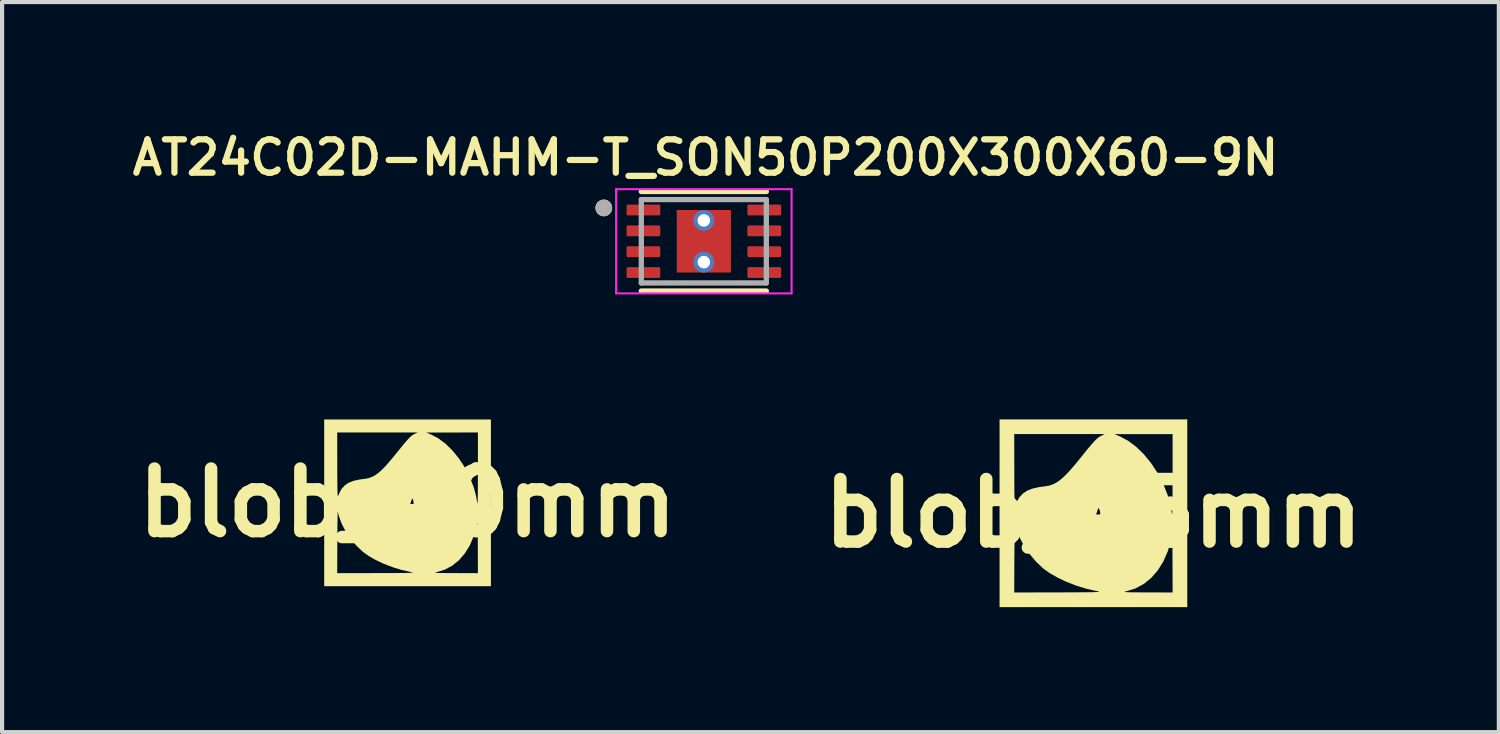
<source format=kicad_pcb>
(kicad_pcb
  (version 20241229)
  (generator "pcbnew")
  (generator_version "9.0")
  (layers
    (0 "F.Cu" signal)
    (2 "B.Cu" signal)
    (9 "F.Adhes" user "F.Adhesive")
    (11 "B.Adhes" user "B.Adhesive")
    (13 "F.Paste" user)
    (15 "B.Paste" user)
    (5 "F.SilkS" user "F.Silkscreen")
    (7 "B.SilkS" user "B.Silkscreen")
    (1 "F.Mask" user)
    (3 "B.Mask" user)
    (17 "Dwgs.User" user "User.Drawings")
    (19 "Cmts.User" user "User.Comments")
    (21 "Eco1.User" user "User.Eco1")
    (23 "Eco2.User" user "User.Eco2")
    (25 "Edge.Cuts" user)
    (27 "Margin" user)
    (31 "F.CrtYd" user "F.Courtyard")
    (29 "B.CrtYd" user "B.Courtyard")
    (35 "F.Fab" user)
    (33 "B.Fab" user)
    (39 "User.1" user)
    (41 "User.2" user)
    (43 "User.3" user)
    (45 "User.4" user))
  (footprint "blob_45mm"
    (layer "F.Cu")
    (at 23.186 9.266)
    (property "Reference" "blob_45mm" (at 0 0 0) (layer "F.SilkS") (effects (font (size 1.5 1.5) (thickness 0.3))))
    (attr board_only exclude_from_pos_files exclude_from_bom)
    (fp_poly (pts (xy 2.252 0) (xy 2.252 2.252) (xy 0 2.252) (xy -2.252 2.252) (xy -2.252 1.9) (xy -1.9 1.9) (xy -0.827 1.898) (xy -0.576 1.897) (xy -0.369 1.896) (xy -0.202 1.895) (xy -0.073 1.894) (xy 0.022 1.892) (xy 0.087 1.889) (xy 0.115 1.887) (xy 0.749 1.887) (xy 0.774 1.891) (xy 0.829 1.894) (xy 0.918 1.896) (xy 1.045 1.897) (xy 1.213 1.898) (xy 1.284 1.898) (xy 1.9 1.9) (xy 1.898 1.19) (xy 1.897 0.991) (xy 1.896 0.835) (xy 1.895 0.718) (xy 1.893 0.636) (xy 1.89 0.587) (xy 1.886 0.566) (xy 1.88 0.569) (xy 1.873 0.592) (xy 1.863 0.633) (xy 1.863 0.633) (xy 1.786 0.908) (xy 1.679 1.154) (xy 1.545 1.37) (xy 1.386 1.552) (xy 1.205 1.698) (xy 1.004 1.805) (xy 0.814 1.864) (xy 0.773 1.874) (xy 0.75 1.881) (xy 0.749 1.887) (xy 0.115 1.887) (xy 0.123 1.886) (xy 0.136 1.882) (xy 0.127 1.877) (xy 0.1 1.87) (xy 0.059 1.862) (xy 0.059 1.862) (xy -0.172 1.81) (xy -0.409 1.737) (xy -0.642 1.647) (xy -0.86 1.544) (xy -1.052 1.434) (xy -1.202 1.327) (xy -1.38 1.158) (xy -1.541 0.965) (xy -1.679 0.758) (xy -1.787 0.546) (xy -1.861 0.337) (xy -1.884 0.235) (xy -1.886 0.244) (xy -1.888 0.295) (xy -1.89 0.383) (xy -1.892 0.505) (xy -1.894 0.654) (xy -1.895 0.827) (xy -1.896 1.019) (xy -1.897 1.038) (xy -1.9 1.9) (xy -2.252 1.9) (xy -2.252 0.03) (xy -0.169 0.03) (xy -0.139 0.105) (xy -0.129 0.117) (xy -0.069 0.153) (xy 0.01 0.164) (xy 0.087 0.147) (xy 0.121 0.125) (xy 0.156 0.066) (xy 0.164 -0.011) (xy 0.147 -0.086) (xy 0.117 -0.129) (xy 0.045 -0.166) (xy -0.037 -0.167) (xy -0.111 -0.133) (xy -0.122 -0.122) (xy -0.163 -0.052) (xy -0.169 0.03) (xy -2.252 0.03) (xy -2.252 0) (xy -2.252 -1.9) (xy -1.9 -1.9) (xy -1.898 -1.003) (xy -1.898 -0.774) (xy -1.897 -0.589) (xy -1.895 -0.443) (xy -1.893 -0.333) (xy -1.89 -0.256) (xy -1.887 -0.207) (xy -1.882 -0.183) (xy -1.876 -0.181) (xy -1.868 -0.197) (xy -1.865 -0.206) (xy -1.829 -0.292) (xy -1.781 -0.375) (xy -1.771 -0.389) (xy -1.691 -0.475) (xy -1.592 -0.541) (xy -1.468 -0.591) (xy -1.311 -0.627) (xy -1.161 -0.647) (xy -1.067 -0.663) (xy -0.978 -0.691) (xy -0.89 -0.735) (xy -0.8 -0.798) (xy -0.702 -0.884) (xy -0.592 -0.996) (xy -0.467 -1.138) (xy -0.322 -1.314) (xy -0.246 -1.409) (xy -0.132 -1.55) (xy -0.042 -1.657) (xy 0.03 -1.737) (xy 0.087 -1.793) (xy 0.135 -1.83) (xy 0.167 -1.849) (xy 0.268 -1.899) (xy 0.504 -1.899) (xy 0.634 -1.845) (xy 0.831 -1.741) (xy 1.025 -1.596) (xy 1.21 -1.416) (xy 1.382 -1.206) (xy 1.537 -0.971) (xy 1.67 -0.719) (xy 1.775 -0.454) (xy 1.79 -0.407) (xy 1.821 -0.3) (xy 1.848 -0.193) (xy 1.865 -0.107) (xy 1.866 -0.096) (xy 1.877 -0.029) (xy 1.887 0.015) (xy 1.891 0.023) (xy 1.893 0.001) (xy 1.895 -0.064) (xy 1.896 -0.166) (xy 1.898 -0.299) (xy 1.899 -0.461) (xy 1.899 -0.644) (xy 1.9 -0.845) (xy 1.9 -0.938) (xy 1.9 -1.9) (xy 1.202 -1.899) (xy 0.504 -1.899) (xy 0.268 -1.899) (xy 0.27 -1.9) (xy -0.815 -1.9) (xy -1.9 -1.9) (xy -2.252 -1.9) (xy -2.252 -2.252) (xy 0 -2.252) (xy 2.252 -2.252)) (stroke (width 0) (type solid)) (fill yes) (layer "F.SilkS")))
  (footprint "blob_40mm"
    (layer "F.Cu")
    (at 6.729 9.015)
    (property "Reference" "blob_40mm" (at 0 0 0) (layer "F.SilkS") (effects (font (size 1.5 1.5) (thickness 0.3))))
    (attr board_only exclude_from_pos_files exclude_from_bom)
    (fp_poly (pts (xy 2 0) (xy 2 2) (xy 0 2) (xy -2 2) (xy -2 1.688) (xy -1.688 1.688) (xy -0.734 1.686) (xy -0.512 1.685) (xy -0.328 1.685) (xy -0.18 1.684) (xy -0.065 1.683) (xy 0.02 1.681) (xy 0.077 1.679) (xy 0.102 1.676) (xy 0.666 1.676) (xy 0.688 1.68) (xy 0.737 1.683) (xy 0.816 1.684) (xy 0.928 1.685) (xy 1.078 1.686) (xy 1.141 1.686) (xy 1.688 1.688) (xy 1.686 1.057) (xy 1.686 0.88) (xy 1.685 0.741) (xy 1.684 0.638) (xy 1.682 0.565) (xy 1.679 0.521) (xy 1.675 0.502) (xy 1.67 0.505) (xy 1.664 0.526) (xy 1.655 0.562) (xy 1.655 0.563) (xy 1.586 0.807) (xy 1.491 1.026) (xy 1.372 1.217) (xy 1.232 1.379) (xy 1.071 1.509) (xy 0.892 1.604) (xy 0.724 1.656) (xy 0.687 1.665) (xy 0.666 1.671) (xy 0.666 1.676) (xy 0.102 1.676) (xy 0.11 1.676) (xy 0.121 1.672) (xy 0.113 1.667) (xy 0.089 1.661) (xy 0.052 1.654) (xy 0.052 1.654) (xy -0.152 1.608) (xy -0.363 1.543) (xy -0.57 1.463) (xy -0.764 1.372) (xy -0.935 1.274) (xy -1.068 1.179) (xy -1.226 1.029) (xy -1.369 0.858) (xy -1.492 0.674) (xy -1.588 0.485) (xy -1.653 0.3) (xy -1.673 0.208) (xy -1.675 0.216) (xy -1.677 0.262) (xy -1.679 0.341) (xy -1.681 0.449) (xy -1.683 0.581) (xy -1.684 0.735) (xy -1.685 0.905) (xy -1.685 0.922) (xy -1.688 1.688) (xy -2 1.688) (xy -2 0.027) (xy -0.15 0.027) (xy -0.123 0.094) (xy -0.115 0.104) (xy -0.061 0.136) (xy 0.009 0.145) (xy 0.077 0.131) (xy 0.108 0.111) (xy 0.138 0.059) (xy 0.146 -0.01) (xy 0.13 -0.077) (xy 0.104 -0.115) (xy 0.04 -0.147) (xy -0.033 -0.148) (xy -0.099 -0.118) (xy -0.109 -0.109) (xy -0.145 -0.046) (xy -0.15 0.027) (xy -2 0.027) (xy -2 0) (xy -2 -1.688) (xy -1.688 -1.688) (xy -1.686 -0.891) (xy -1.686 -0.688) (xy -1.685 -0.523) (xy -1.684 -0.393) (xy -1.682 -0.296) (xy -1.68 -0.227) (xy -1.676 -0.184) (xy -1.672 -0.163) (xy -1.666 -0.161) (xy -1.66 -0.175) (xy -1.657 -0.183) (xy -1.625 -0.259) (xy -1.582 -0.334) (xy -1.574 -0.345) (xy -1.502 -0.422) (xy -1.414 -0.481) (xy -1.304 -0.525) (xy -1.165 -0.557) (xy -1.031 -0.575) (xy -0.948 -0.589) (xy -0.869 -0.614) (xy -0.791 -0.653) (xy -0.71 -0.709) (xy -0.623 -0.785) (xy -0.526 -0.885) (xy -0.415 -1.011) (xy -0.286 -1.168) (xy -0.218 -1.252) (xy -0.117 -1.377) (xy -0.037 -1.472) (xy 0.026 -1.543) (xy 0.077 -1.593) (xy 0.12 -1.626) (xy 0.148 -1.643) (xy 0.238 -1.687) (xy 0.448 -1.687) (xy 0.563 -1.639) (xy 0.739 -1.547) (xy 0.911 -1.418) (xy 1.075 -1.258) (xy 1.228 -1.071) (xy 1.366 -0.863) (xy 1.483 -0.639) (xy 1.577 -0.403) (xy 1.591 -0.361) (xy 1.618 -0.267) (xy 1.642 -0.172) (xy 1.657 -0.095) (xy 1.658 -0.085) (xy 1.668 -0.025) (xy 1.676 0.013) (xy 1.68 0.021) (xy 1.682 0.001) (xy 1.683 -0.057) (xy 1.685 -0.147) (xy 1.686 -0.266) (xy 1.687 -0.409) (xy 1.687 -0.572) (xy 1.688 -0.751) (xy 1.688 -0.833) (xy 1.688 -1.688) (xy 1.068 -1.687) (xy 0.448 -1.687) (xy 0.238 -1.687) (xy 0.24 -1.688) (xy -0.724 -1.688) (xy -1.688 -1.688) (xy -2 -1.688) (xy -2 -2) (xy 0 -2) (xy 2 -2)) (stroke (width 0) (type solid)) (fill yes) (layer "F.SilkS")))
  (footprint "AT24C02D-MAHM-T_SON50P200X300X60-9N"
    (layer "F.Cu")
    (at 13.838 2.739)
    (property "Reference" "AT24C02D-MAHM-T_SON50P200X300X60-9N" (at 0.04 -2.008 0) (layer "F.SilkS") (effects (font (size 0.8 0.8) (thickness 0.15))))
    (attr smd)
    (fp_line (start -1.5 -1.194) (end 1.5 -1.194) (stroke (width 0.127) (type solid)) (layer "F.SilkS"))
    (fp_line (start 1.5 1.194) (end -1.5 1.194) (stroke (width 0.127) (type solid)) (layer "F.SilkS"))
    (fp_circle (center -2.4 -0.8) (end -2.3 -0.8) (stroke (width 0.2) (type solid)) (fill no) (layer "F.SilkS"))
    (fp_poly (pts (xy -0.411 -0.474) (xy 0.411 -0.474) (xy 0.411 0.474) (xy -0.411 0.474)) (stroke (width 0.01) (type solid)) (fill yes) (layer "F.Paste"))
    (fp_line (start -2.105 -1.25) (end 2.105 -1.25) (stroke (width 0.05) (type solid)) (layer "F.CrtYd"))
    (fp_line (start -2.105 1.25) (end -2.105 -1.25) (stroke (width 0.05) (type solid)) (layer "F.CrtYd"))
    (fp_line (start 2.105 -1.25) (end 2.105 1.25) (stroke (width 0.05) (type solid)) (layer "F.CrtYd"))
    (fp_line (start 2.105 1.25) (end -2.105 1.25) (stroke (width 0.05) (type solid)) (layer "F.CrtYd"))
    (fp_line (start -1.5 -1) (end 1.5 -1) (stroke (width 0.127) (type solid)) (layer "F.Fab"))
    (fp_line (start -1.5 1) (end -1.5 -1) (stroke (width 0.127) (type solid)) (layer "F.Fab"))
    (fp_line (start 1.5 -1) (end 1.5 1) (stroke (width 0.127) (type solid)) (layer "F.Fab"))
    (fp_line (start 1.5 1) (end -1.5 1) (stroke (width 0.127) (type solid)) (layer "F.Fab"))
    (fp_circle (center -2.4 -0.8) (end -2.3 -0.8) (stroke (width 0.2) (type solid)) (fill no) (layer "F.Fab"))
    (pad "1" smd roundrect (at -1.45 -0.75) (size 0.81 0.26) (layers "F.Cu" "F.Mask" "F.Paste") (roundrect_rratio 0.125))
    (pad "2" smd roundrect (at -1.45 -0.25) (size 0.81 0.26) (layers "F.Cu" "F.Mask" "F.Paste") (roundrect_rratio 0.125))
    (pad "3" smd roundrect (at -1.45 0.25) (size 0.81 0.26) (layers "F.Cu" "F.Mask" "F.Paste") (roundrect_rratio 0.125))
    (pad "4" smd roundrect (at -1.45 0.75) (size 0.81 0.26) (layers "F.Cu" "F.Mask" "F.Paste") (roundrect_rratio 0.125))
    (pad "5" smd roundrect (at 1.45 0.75) (size 0.81 0.26) (layers "F.Cu" "F.Mask" "F.Paste") (roundrect_rratio 0.125))
    (pad "6" smd roundrect (at 1.45 0.25) (size 0.81 0.26) (layers "F.Cu" "F.Mask" "F.Paste") (roundrect_rratio 0.125))
    (pad "7" smd roundrect (at 1.45 -0.25) (size 0.81 0.26) (layers "F.Cu" "F.Mask" "F.Paste") (roundrect_rratio 0.125))
    (pad "8" smd roundrect (at 1.45 -0.75) (size 0.81 0.26) (layers "F.Cu" "F.Mask" "F.Paste") (roundrect_rratio 0.125))
    (pad "9" smd rect (at 0 0) (size 1.3 1.5) (layers "F.Cu" "F.Mask"))
    (pad "10" thru_hole circle (at 0 -0.5) (size 0.5 0.5) (drill 0.3) (layers "*.Cu"))
    (pad "11" thru_hole circle (at 0 0.5) (size 0.5 0.5) (drill 0.3) (layers "*.Cu")))
  (gr_rect
    (start -3 -3)
    (end 32.914 14.517)
    (stroke (width 0.1) (type default))
    (fill no)
    (layer "Edge.Cuts")))
</source>
